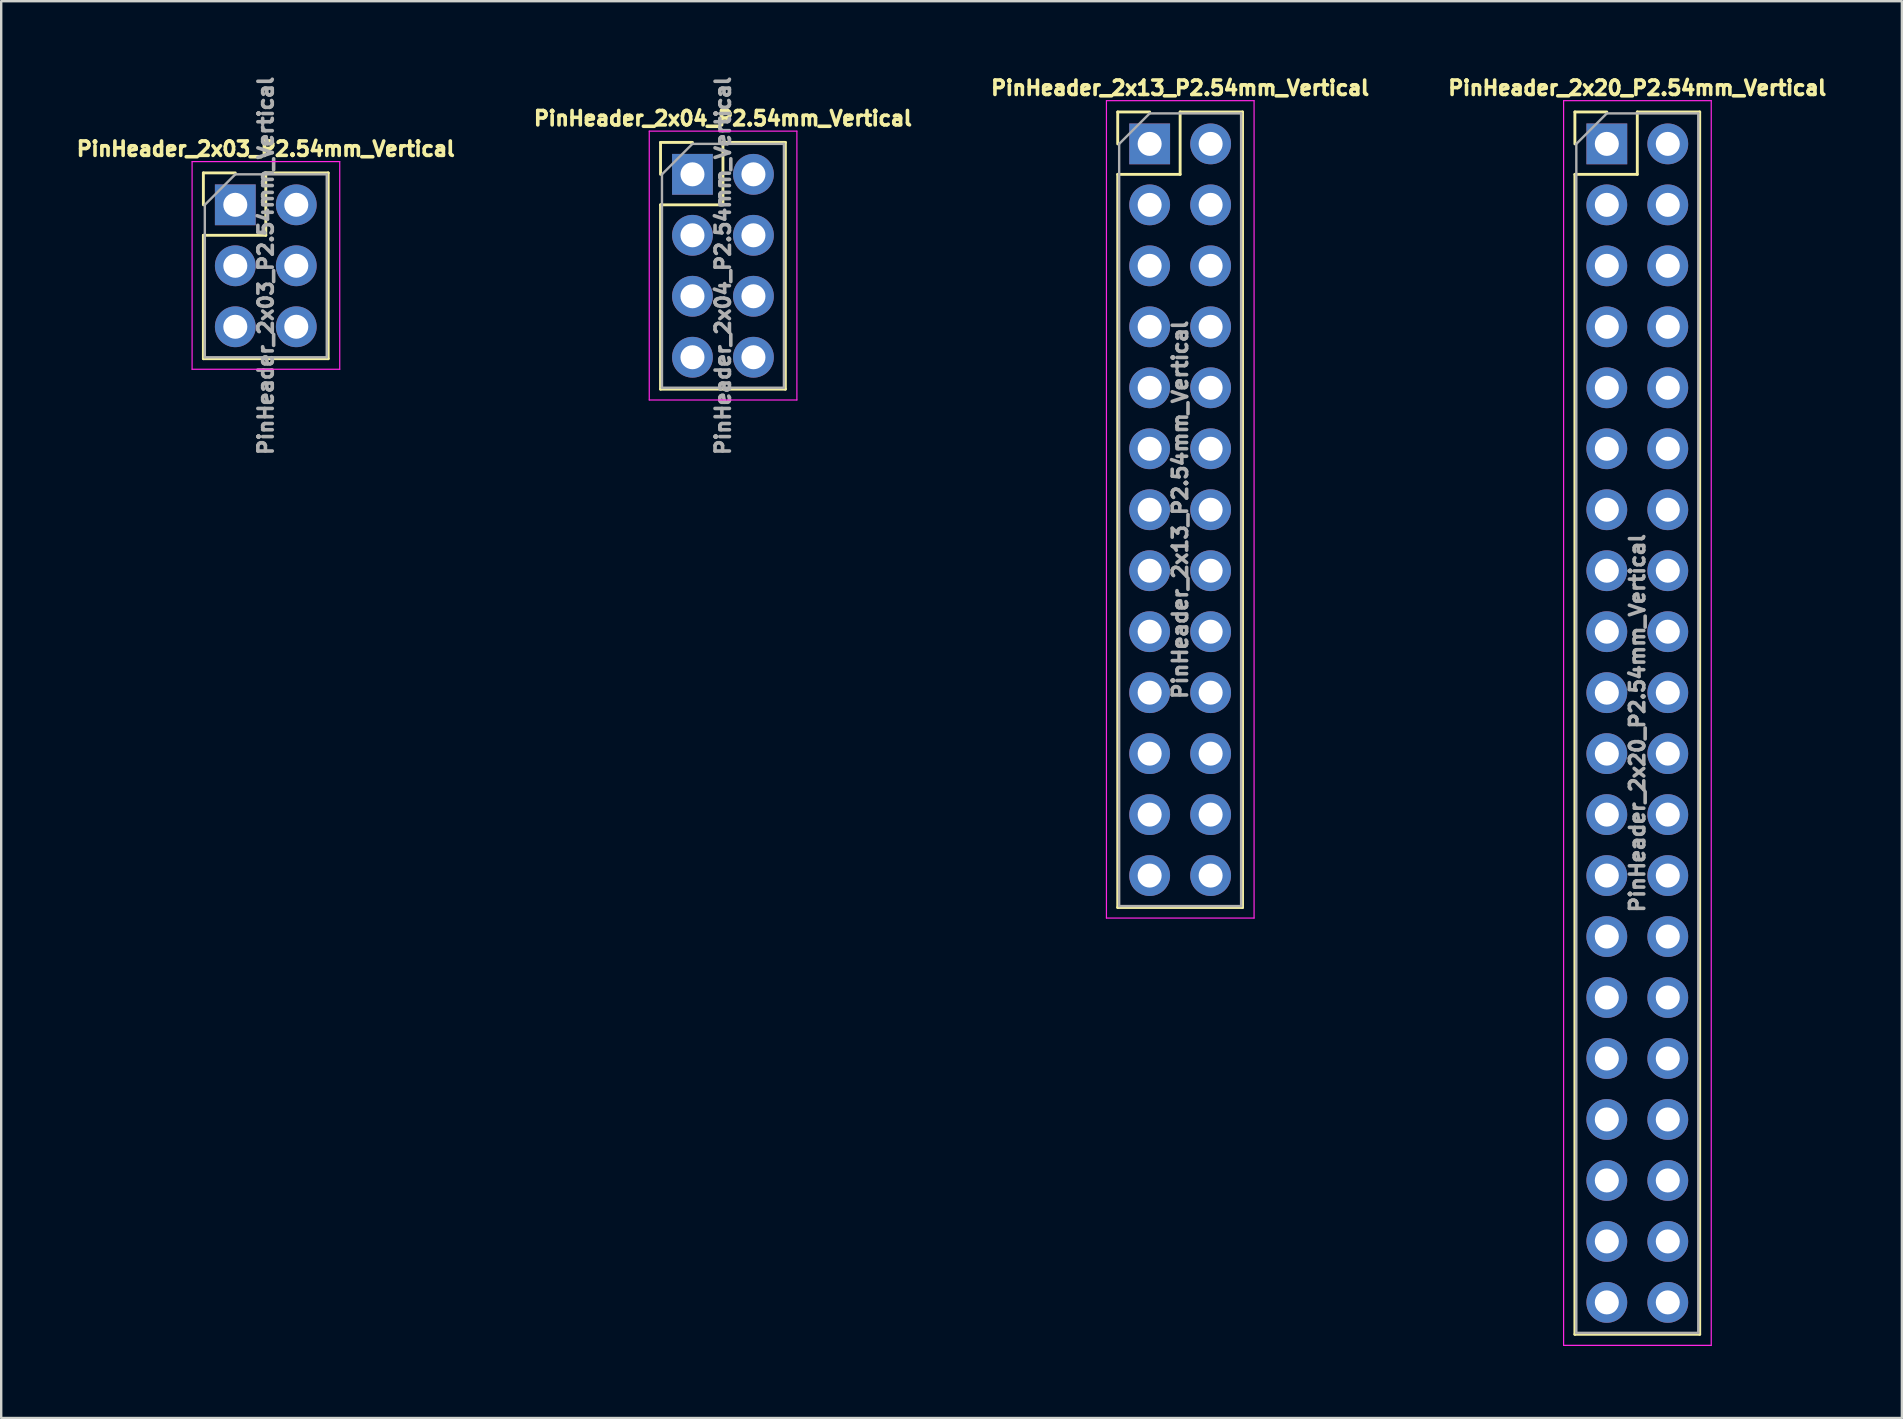
<source format=kicad_pcb>
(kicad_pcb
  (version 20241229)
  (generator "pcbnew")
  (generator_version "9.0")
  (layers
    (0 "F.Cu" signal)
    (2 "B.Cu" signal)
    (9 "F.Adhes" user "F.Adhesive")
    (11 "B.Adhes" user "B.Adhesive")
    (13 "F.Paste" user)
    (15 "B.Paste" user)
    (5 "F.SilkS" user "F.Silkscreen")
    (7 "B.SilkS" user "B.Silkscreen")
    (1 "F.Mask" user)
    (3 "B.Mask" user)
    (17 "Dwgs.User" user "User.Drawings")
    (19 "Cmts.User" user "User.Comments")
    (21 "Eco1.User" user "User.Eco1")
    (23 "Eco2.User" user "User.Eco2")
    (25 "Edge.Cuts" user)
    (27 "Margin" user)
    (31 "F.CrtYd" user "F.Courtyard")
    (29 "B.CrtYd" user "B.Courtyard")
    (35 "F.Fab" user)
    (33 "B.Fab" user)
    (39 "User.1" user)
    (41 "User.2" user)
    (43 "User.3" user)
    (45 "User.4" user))
  (footprint "PinHeader_2x03_P2.54mm_Vertical"
    (layer "F.Cu")
    (at 6.752 5.482)
    (property "Reference" "PinHeader_2x03_P2.54mm_Vertical" (at 1.27 -2.33 0) (layer "F.SilkS") (effects (font (size 0.6 0.6) (thickness 0.15))))
    (attr through_hole)
    (fp_line (start -1.33 -1.33) (end 0 -1.33) (stroke (width 0.12) (type solid)) (layer "F.SilkS"))
    (fp_line (start -1.33 0) (end -1.33 -1.33) (stroke (width 0.12) (type solid)) (layer "F.SilkS"))
    (fp_line (start -1.33 1.27) (end -1.33 6.41) (stroke (width 0.12) (type solid)) (layer "F.SilkS"))
    (fp_line (start -1.33 1.27) (end 1.27 1.27) (stroke (width 0.12) (type solid)) (layer "F.SilkS"))
    (fp_line (start -1.33 6.41) (end 3.87 6.41) (stroke (width 0.12) (type solid)) (layer "F.SilkS"))
    (fp_line (start 1.27 -1.33) (end 3.87 -1.33) (stroke (width 0.12) (type solid)) (layer "F.SilkS"))
    (fp_line (start 1.27 1.27) (end 1.27 -1.33) (stroke (width 0.12) (type solid)) (layer "F.SilkS"))
    (fp_line (start 3.87 -1.33) (end 3.87 6.41) (stroke (width 0.12) (type solid)) (layer "F.SilkS"))
    (fp_line (start -1.8 -1.8) (end -1.8 6.85) (stroke (width 0.05) (type solid)) (layer "F.CrtYd"))
    (fp_line (start -1.8 6.85) (end 4.35 6.85) (stroke (width 0.05) (type solid)) (layer "F.CrtYd"))
    (fp_line (start 4.35 -1.8) (end -1.8 -1.8) (stroke (width 0.05) (type solid)) (layer "F.CrtYd"))
    (fp_line (start 4.35 6.85) (end 4.35 -1.8) (stroke (width 0.05) (type solid)) (layer "F.CrtYd"))
    (fp_line (start -1.27 0) (end 0 -1.27) (stroke (width 0.1) (type solid)) (layer "F.Fab"))
    (fp_line (start -1.27 6.35) (end -1.27 0) (stroke (width 0.1) (type solid)) (layer "F.Fab"))
    (fp_line (start 0 -1.27) (end 3.81 -1.27) (stroke (width 0.1) (type solid)) (layer "F.Fab"))
    (fp_line (start 3.81 -1.27) (end 3.81 6.35) (stroke (width 0.1) (type solid)) (layer "F.Fab"))
    (fp_line (start 3.81 6.35) (end -1.27 6.35) (stroke (width 0.1) (type solid)) (layer "F.Fab"))
    (fp_text user "${REFERENCE}" (at 1.27 2.54 90) (layer "F.Fab") (effects (font (size 0.6 0.6) (thickness 0.15))))
    (pad "1" thru_hole rect (at 0 0) (size 1.7 1.7) (drill 1) (layers "*.Cu" "*.Mask"))
    (pad "2" thru_hole oval (at 2.54 0) (size 1.7 1.7) (drill 1) (layers "*.Cu" "*.Mask"))
    (pad "3" thru_hole oval (at 0 2.54) (size 1.7 1.7) (drill 1) (layers "*.Cu" "*.Mask"))
    (pad "4" thru_hole oval (at 2.54 2.54) (size 1.7 1.7) (drill 1) (layers "*.Cu" "*.Mask"))
    (pad "5" thru_hole oval (at 0 5.08) (size 1.7 1.7) (drill 1) (layers "*.Cu" "*.Mask"))
    (pad "6" thru_hole oval (at 2.54 5.08) (size 1.7 1.7) (drill 1) (layers "*.Cu" "*.Mask")))
  (footprint "PinHeader_2x20_P2.54mm_Vertical"
    (layer "F.Cu")
    (at 63.885 2.944)
    (property "Reference" "PinHeader_2x20_P2.54mm_Vertical" (at 1.27 -2.33 0) (layer "F.SilkS") (effects (font (size 0.6 0.6) (thickness 0.15))))
    (attr through_hole)
    (fp_line (start -1.33 -1.33) (end 0 -1.33) (stroke (width 0.12) (type solid)) (layer "F.SilkS"))
    (fp_line (start -1.33 0) (end -1.33 -1.33) (stroke (width 0.12) (type solid)) (layer "F.SilkS"))
    (fp_line (start -1.33 1.27) (end -1.33 49.59) (stroke (width 0.12) (type solid)) (layer "F.SilkS"))
    (fp_line (start -1.33 1.27) (end 1.27 1.27) (stroke (width 0.12) (type solid)) (layer "F.SilkS"))
    (fp_line (start -1.33 49.59) (end 3.87 49.59) (stroke (width 0.12) (type solid)) (layer "F.SilkS"))
    (fp_line (start 1.27 -1.33) (end 3.87 -1.33) (stroke (width 0.12) (type solid)) (layer "F.SilkS"))
    (fp_line (start 1.27 1.27) (end 1.27 -1.33) (stroke (width 0.12) (type solid)) (layer "F.SilkS"))
    (fp_line (start 3.87 -1.33) (end 3.87 49.59) (stroke (width 0.12) (type solid)) (layer "F.SilkS"))
    (fp_line (start -1.8 -1.8) (end -1.8 50.05) (stroke (width 0.05) (type solid)) (layer "F.CrtYd"))
    (fp_line (start -1.8 50.05) (end 4.35 50.05) (stroke (width 0.05) (type solid)) (layer "F.CrtYd"))
    (fp_line (start 4.35 -1.8) (end -1.8 -1.8) (stroke (width 0.05) (type solid)) (layer "F.CrtYd"))
    (fp_line (start 4.35 50.05) (end 4.35 -1.8) (stroke (width 0.05) (type solid)) (layer "F.CrtYd"))
    (fp_line (start -1.27 0) (end 0 -1.27) (stroke (width 0.1) (type solid)) (layer "F.Fab"))
    (fp_line (start -1.27 49.53) (end -1.27 0) (stroke (width 0.1) (type solid)) (layer "F.Fab"))
    (fp_line (start 0 -1.27) (end 3.81 -1.27) (stroke (width 0.1) (type solid)) (layer "F.Fab"))
    (fp_line (start 3.81 -1.27) (end 3.81 49.53) (stroke (width 0.1) (type solid)) (layer "F.Fab"))
    (fp_line (start 3.81 49.53) (end -1.27 49.53) (stroke (width 0.1) (type solid)) (layer "F.Fab"))
    (fp_text user "${REFERENCE}" (at 1.27 24.13 90) (layer "F.Fab") (effects (font (size 0.6 0.6) (thickness 0.15))))
    (pad "1" thru_hole rect (at 0 0) (size 1.7 1.7) (drill 1) (layers "*.Cu" "*.Mask"))
    (pad "2" thru_hole oval (at 2.54 0) (size 1.7 1.7) (drill 1) (layers "*.Cu" "*.Mask"))
    (pad "3" thru_hole oval (at 0 2.54) (size 1.7 1.7) (drill 1) (layers "*.Cu" "*.Mask"))
    (pad "4" thru_hole oval (at 2.54 2.54) (size 1.7 1.7) (drill 1) (layers "*.Cu" "*.Mask"))
    (pad "5" thru_hole oval (at 0 5.08) (size 1.7 1.7) (drill 1) (layers "*.Cu" "*.Mask"))
    (pad "6" thru_hole oval (at 2.54 5.08) (size 1.7 1.7) (drill 1) (layers "*.Cu" "*.Mask"))
    (pad "7" thru_hole oval (at 0 7.62) (size 1.7 1.7) (drill 1) (layers "*.Cu" "*.Mask"))
    (pad "8" thru_hole oval (at 2.54 7.62) (size 1.7 1.7) (drill 1) (layers "*.Cu" "*.Mask"))
    (pad "9" thru_hole oval (at 0 10.16) (size 1.7 1.7) (drill 1) (layers "*.Cu" "*.Mask"))
    (pad "10" thru_hole oval (at 2.54 10.16) (size 1.7 1.7) (drill 1) (layers "*.Cu" "*.Mask"))
    (pad "11" thru_hole oval (at 0 12.7) (size 1.7 1.7) (drill 1) (layers "*.Cu" "*.Mask"))
    (pad "12" thru_hole oval (at 2.54 12.7) (size 1.7 1.7) (drill 1) (layers "*.Cu" "*.Mask"))
    (pad "13" thru_hole oval (at 0 15.24) (size 1.7 1.7) (drill 1) (layers "*.Cu" "*.Mask"))
    (pad "14" thru_hole oval (at 2.54 15.24) (size 1.7 1.7) (drill 1) (layers "*.Cu" "*.Mask"))
    (pad "15" thru_hole oval (at 0 17.78) (size 1.7 1.7) (drill 1) (layers "*.Cu" "*.Mask"))
    (pad "16" thru_hole oval (at 2.54 17.78) (size 1.7 1.7) (drill 1) (layers "*.Cu" "*.Mask"))
    (pad "17" thru_hole oval (at 0 20.32) (size 1.7 1.7) (drill 1) (layers "*.Cu" "*.Mask"))
    (pad "18" thru_hole oval (at 2.54 20.32) (size 1.7 1.7) (drill 1) (layers "*.Cu" "*.Mask"))
    (pad "19" thru_hole oval (at 0 22.86) (size 1.7 1.7) (drill 1) (layers "*.Cu" "*.Mask"))
    (pad "20" thru_hole oval (at 2.54 22.86) (size 1.7 1.7) (drill 1) (layers "*.Cu" "*.Mask"))
    (pad "21" thru_hole oval (at 0 25.4) (size 1.7 1.7) (drill 1) (layers "*.Cu" "*.Mask"))
    (pad "22" thru_hole oval (at 2.54 25.4) (size 1.7 1.7) (drill 1) (layers "*.Cu" "*.Mask"))
    (pad "23" thru_hole oval (at 0 27.94) (size 1.7 1.7) (drill 1) (layers "*.Cu" "*.Mask"))
    (pad "24" thru_hole oval (at 2.54 27.94) (size 1.7 1.7) (drill 1) (layers "*.Cu" "*.Mask"))
    (pad "25" thru_hole oval (at 0 30.48) (size 1.7 1.7) (drill 1) (layers "*.Cu" "*.Mask"))
    (pad "26" thru_hole oval (at 2.54 30.48) (size 1.7 1.7) (drill 1) (layers "*.Cu" "*.Mask"))
    (pad "27" thru_hole oval (at 0 33.02) (size 1.7 1.7) (drill 1) (layers "*.Cu" "*.Mask"))
    (pad "28" thru_hole oval (at 2.54 33.02) (size 1.7 1.7) (drill 1) (layers "*.Cu" "*.Mask"))
    (pad "29" thru_hole oval (at 0 35.56) (size 1.7 1.7) (drill 1) (layers "*.Cu" "*.Mask"))
    (pad "30" thru_hole oval (at 2.54 35.56) (size 1.7 1.7) (drill 1) (layers "*.Cu" "*.Mask"))
    (pad "31" thru_hole oval (at 0 38.1) (size 1.7 1.7) (drill 1) (layers "*.Cu" "*.Mask"))
    (pad "32" thru_hole oval (at 2.54 38.1) (size 1.7 1.7) (drill 1) (layers "*.Cu" "*.Mask"))
    (pad "33" thru_hole oval (at 0 40.64) (size 1.7 1.7) (drill 1) (layers "*.Cu" "*.Mask"))
    (pad "34" thru_hole oval (at 2.54 40.64) (size 1.7 1.7) (drill 1) (layers "*.Cu" "*.Mask"))
    (pad "35" thru_hole oval (at 0 43.18) (size 1.7 1.7) (drill 1) (layers "*.Cu" "*.Mask"))
    (pad "36" thru_hole oval (at 2.54 43.18) (size 1.7 1.7) (drill 1) (layers "*.Cu" "*.Mask"))
    (pad "37" thru_hole oval (at 0 45.72) (size 1.7 1.7) (drill 1) (layers "*.Cu" "*.Mask"))
    (pad "38" thru_hole oval (at 2.54 45.72) (size 1.7 1.7) (drill 1) (layers "*.Cu" "*.Mask"))
    (pad "39" thru_hole oval (at 0 48.26) (size 1.7 1.7) (drill 1) (layers "*.Cu" "*.Mask"))
    (pad "40" thru_hole oval (at 2.54 48.26) (size 1.7 1.7) (drill 1) (layers "*.Cu" "*.Mask")))
  (footprint "PinHeader_2x04_P2.54mm_Vertical"
    (layer "F.Cu")
    (at 25.796 4.212)
    (property "Reference" "PinHeader_2x04_P2.54mm_Vertical" (at 1.27 -2.33 0) (layer "F.SilkS") (effects (font (size 0.6 0.6) (thickness 0.15))))
    (attr through_hole)
    (fp_line (start -1.33 -1.33) (end 0 -1.33) (stroke (width 0.12) (type solid)) (layer "F.SilkS"))
    (fp_line (start -1.33 0) (end -1.33 -1.33) (stroke (width 0.12) (type solid)) (layer "F.SilkS"))
    (fp_line (start -1.33 1.27) (end -1.33 8.95) (stroke (width 0.12) (type solid)) (layer "F.SilkS"))
    (fp_line (start -1.33 1.27) (end 1.27 1.27) (stroke (width 0.12) (type solid)) (layer "F.SilkS"))
    (fp_line (start -1.33 8.95) (end 3.87 8.95) (stroke (width 0.12) (type solid)) (layer "F.SilkS"))
    (fp_line (start 1.27 -1.33) (end 3.87 -1.33) (stroke (width 0.12) (type solid)) (layer "F.SilkS"))
    (fp_line (start 1.27 1.27) (end 1.27 -1.33) (stroke (width 0.12) (type solid)) (layer "F.SilkS"))
    (fp_line (start 3.87 -1.33) (end 3.87 8.95) (stroke (width 0.12) (type solid)) (layer "F.SilkS"))
    (fp_line (start -1.8 -1.8) (end -1.8 9.4) (stroke (width 0.05) (type solid)) (layer "F.CrtYd"))
    (fp_line (start -1.8 9.4) (end 4.35 9.4) (stroke (width 0.05) (type solid)) (layer "F.CrtYd"))
    (fp_line (start 4.35 -1.8) (end -1.8 -1.8) (stroke (width 0.05) (type solid)) (layer "F.CrtYd"))
    (fp_line (start 4.35 9.4) (end 4.35 -1.8) (stroke (width 0.05) (type solid)) (layer "F.CrtYd"))
    (fp_line (start -1.27 0) (end 0 -1.27) (stroke (width 0.1) (type solid)) (layer "F.Fab"))
    (fp_line (start -1.27 8.89) (end -1.27 0) (stroke (width 0.1) (type solid)) (layer "F.Fab"))
    (fp_line (start 0 -1.27) (end 3.81 -1.27) (stroke (width 0.1) (type solid)) (layer "F.Fab"))
    (fp_line (start 3.81 -1.27) (end 3.81 8.89) (stroke (width 0.1) (type solid)) (layer "F.Fab"))
    (fp_line (start 3.81 8.89) (end -1.27 8.89) (stroke (width 0.1) (type solid)) (layer "F.Fab"))
    (fp_text user "${REFERENCE}" (at 1.27 3.81 90) (layer "F.Fab") (effects (font (size 0.6 0.6) (thickness 0.15))))
    (pad "1" thru_hole rect (at 0 0) (size 1.7 1.7) (drill 1) (layers "*.Cu" "*.Mask"))
    (pad "2" thru_hole oval (at 2.54 0) (size 1.7 1.7) (drill 1) (layers "*.Cu" "*.Mask"))
    (pad "3" thru_hole oval (at 0 2.54) (size 1.7 1.7) (drill 1) (layers "*.Cu" "*.Mask"))
    (pad "4" thru_hole oval (at 2.54 2.54) (size 1.7 1.7) (drill 1) (layers "*.Cu" "*.Mask"))
    (pad "5" thru_hole oval (at 0 5.08) (size 1.7 1.7) (drill 1) (layers "*.Cu" "*.Mask"))
    (pad "6" thru_hole oval (at 2.54 5.08) (size 1.7 1.7) (drill 1) (layers "*.Cu" "*.Mask"))
    (pad "7" thru_hole oval (at 0 7.62) (size 1.7 1.7) (drill 1) (layers "*.Cu" "*.Mask"))
    (pad "8" thru_hole oval (at 2.54 7.62) (size 1.7 1.7) (drill 1) (layers "*.Cu" "*.Mask")))
  (footprint "PinHeader_2x13_P2.54mm_Vertical"
    (layer "F.Cu")
    (at 44.841 2.944)
    (property "Reference" "PinHeader_2x13_P2.54mm_Vertical" (at 1.27 -2.33 0) (layer "F.SilkS") (effects (font (size 0.6 0.6) (thickness 0.15))))
    (attr through_hole)
    (fp_line (start -1.33 -1.33) (end 0 -1.33) (stroke (width 0.12) (type solid)) (layer "F.SilkS"))
    (fp_line (start -1.33 0) (end -1.33 -1.33) (stroke (width 0.12) (type solid)) (layer "F.SilkS"))
    (fp_line (start -1.33 1.27) (end -1.33 31.81) (stroke (width 0.12) (type solid)) (layer "F.SilkS"))
    (fp_line (start -1.33 1.27) (end 1.27 1.27) (stroke (width 0.12) (type solid)) (layer "F.SilkS"))
    (fp_line (start -1.33 31.81) (end 3.87 31.81) (stroke (width 0.12) (type solid)) (layer "F.SilkS"))
    (fp_line (start 1.27 -1.33) (end 3.87 -1.33) (stroke (width 0.12) (type solid)) (layer "F.SilkS"))
    (fp_line (start 1.27 1.27) (end 1.27 -1.33) (stroke (width 0.12) (type solid)) (layer "F.SilkS"))
    (fp_line (start 3.87 -1.33) (end 3.87 31.81) (stroke (width 0.12) (type solid)) (layer "F.SilkS"))
    (fp_line (start -1.8 -1.8) (end -1.8 32.25) (stroke (width 0.05) (type solid)) (layer "F.CrtYd"))
    (fp_line (start -1.8 32.25) (end 4.35 32.25) (stroke (width 0.05) (type solid)) (layer "F.CrtYd"))
    (fp_line (start 4.35 -1.8) (end -1.8 -1.8) (stroke (width 0.05) (type solid)) (layer "F.CrtYd"))
    (fp_line (start 4.35 32.25) (end 4.35 -1.8) (stroke (width 0.05) (type solid)) (layer "F.CrtYd"))
    (fp_line (start -1.27 0) (end 0 -1.27) (stroke (width 0.1) (type solid)) (layer "F.Fab"))
    (fp_line (start -1.27 31.75) (end -1.27 0) (stroke (width 0.1) (type solid)) (layer "F.Fab"))
    (fp_line (start 0 -1.27) (end 3.81 -1.27) (stroke (width 0.1) (type solid)) (layer "F.Fab"))
    (fp_line (start 3.81 -1.27) (end 3.81 31.75) (stroke (width 0.1) (type solid)) (layer "F.Fab"))
    (fp_line (start 3.81 31.75) (end -1.27 31.75) (stroke (width 0.1) (type solid)) (layer "F.Fab"))
    (fp_text user "${REFERENCE}" (at 1.27 15.24 90) (layer "F.Fab") (effects (font (size 0.6 0.6) (thickness 0.15))))
    (pad "1" thru_hole rect (at 0 0) (size 1.7 1.7) (drill 1) (layers "*.Cu" "*.Mask"))
    (pad "2" thru_hole oval (at 2.54 0) (size 1.7 1.7) (drill 1) (layers "*.Cu" "*.Mask"))
    (pad "3" thru_hole oval (at 0 2.54) (size 1.7 1.7) (drill 1) (layers "*.Cu" "*.Mask"))
    (pad "4" thru_hole oval (at 2.54 2.54) (size 1.7 1.7) (drill 1) (layers "*.Cu" "*.Mask"))
    (pad "5" thru_hole oval (at 0 5.08) (size 1.7 1.7) (drill 1) (layers "*.Cu" "*.Mask"))
    (pad "6" thru_hole oval (at 2.54 5.08) (size 1.7 1.7) (drill 1) (layers "*.Cu" "*.Mask"))
    (pad "7" thru_hole oval (at 0 7.62) (size 1.7 1.7) (drill 1) (layers "*.Cu" "*.Mask"))
    (pad "8" thru_hole oval (at 2.54 7.62) (size 1.7 1.7) (drill 1) (layers "*.Cu" "*.Mask"))
    (pad "9" thru_hole oval (at 0 10.16) (size 1.7 1.7) (drill 1) (layers "*.Cu" "*.Mask"))
    (pad "10" thru_hole oval (at 2.54 10.16) (size 1.7 1.7) (drill 1) (layers "*.Cu" "*.Mask"))
    (pad "11" thru_hole oval (at 0 12.7) (size 1.7 1.7) (drill 1) (layers "*.Cu" "*.Mask"))
    (pad "12" thru_hole oval (at 2.54 12.7) (size 1.7 1.7) (drill 1) (layers "*.Cu" "*.Mask"))
    (pad "13" thru_hole oval (at 0 15.24) (size 1.7 1.7) (drill 1) (layers "*.Cu" "*.Mask"))
    (pad "14" thru_hole oval (at 2.54 15.24) (size 1.7 1.7) (drill 1) (layers "*.Cu" "*.Mask"))
    (pad "15" thru_hole oval (at 0 17.78) (size 1.7 1.7) (drill 1) (layers "*.Cu" "*.Mask"))
    (pad "16" thru_hole oval (at 2.54 17.78) (size 1.7 1.7) (drill 1) (layers "*.Cu" "*.Mask"))
    (pad "17" thru_hole oval (at 0 20.32) (size 1.7 1.7) (drill 1) (layers "*.Cu" "*.Mask"))
    (pad "18" thru_hole oval (at 2.54 20.32) (size 1.7 1.7) (drill 1) (layers "*.Cu" "*.Mask"))
    (pad "19" thru_hole oval (at 0 22.86) (size 1.7 1.7) (drill 1) (layers "*.Cu" "*.Mask"))
    (pad "20" thru_hole oval (at 2.54 22.86) (size 1.7 1.7) (drill 1) (layers "*.Cu" "*.Mask"))
    (pad "21" thru_hole oval (at 0 25.4) (size 1.7 1.7) (drill 1) (layers "*.Cu" "*.Mask"))
    (pad "22" thru_hole oval (at 2.54 25.4) (size 1.7 1.7) (drill 1) (layers "*.Cu" "*.Mask"))
    (pad "23" thru_hole oval (at 0 27.94) (size 1.7 1.7) (drill 1) (layers "*.Cu" "*.Mask"))
    (pad "24" thru_hole oval (at 2.54 27.94) (size 1.7 1.7) (drill 1) (layers "*.Cu" "*.Mask"))
    (pad "25" thru_hole oval (at 0 30.48) (size 1.7 1.7) (drill 1) (layers "*.Cu" "*.Mask"))
    (pad "26" thru_hole oval (at 2.54 30.48) (size 1.7 1.7) (drill 1) (layers "*.Cu" "*.Mask")))
  (gr_rect
    (start -3 -3)
    (end 76.177 56.019)
    (stroke (width 0.1) (type default))
    (fill no)
    (layer "Edge.Cuts")))
</source>
